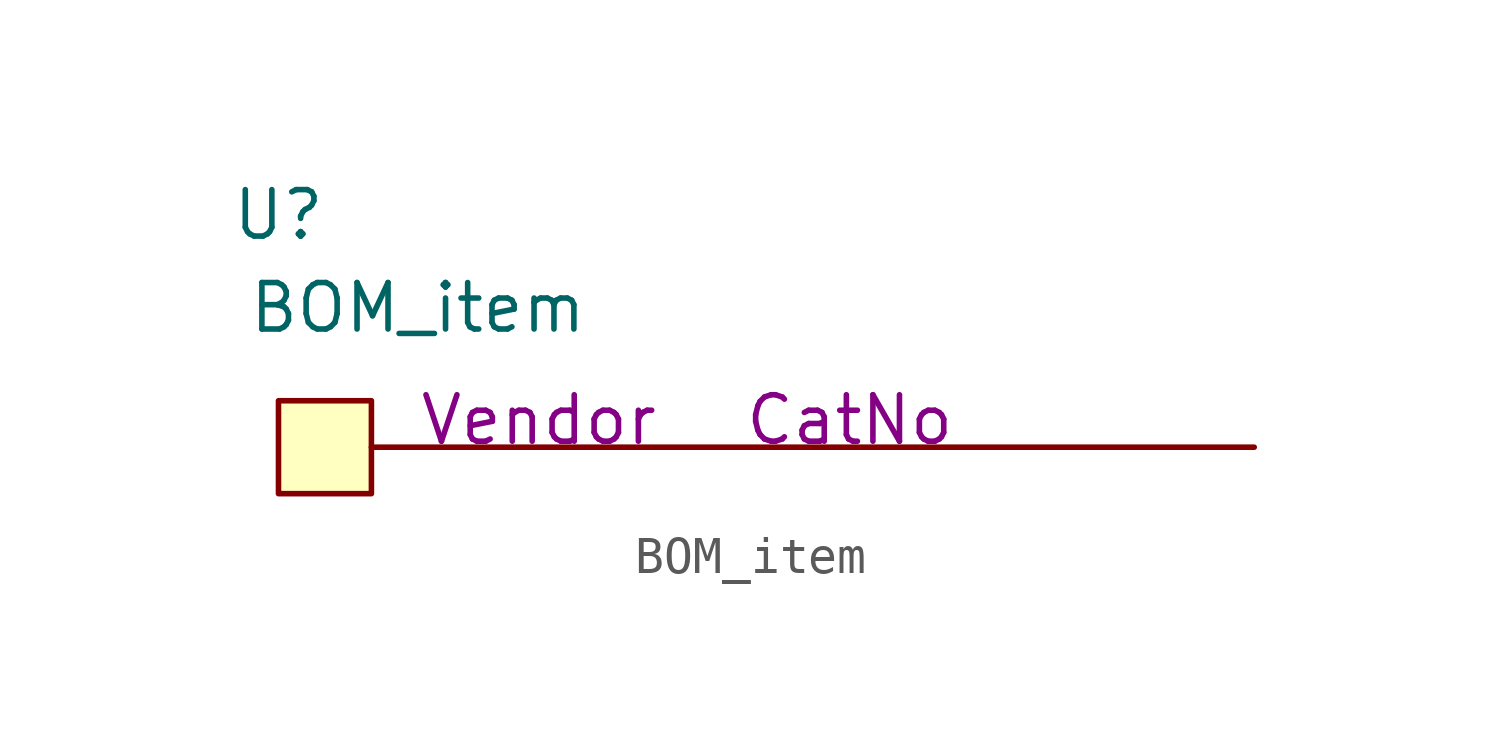
<source format=kicad_sym>
(kicad_symbol_lib
  (version 20211014)
  (generator kicad_symbol_editor)
  (symbol "BOM_item"
    (property "Reference" "U"
      (at -1.27 6.35 0)
      (effects (font (size 1.27 1.27))))
    (property "Value" "BOM_item"
      (at 2.54 3.81 0)
      (effects (font (size 1.27 1.27))))
    (property "CatNo" "CatNo"
      (at 11.43 0 0)
      (effects (font (size 1.27 1.27)) (justify left bottom)))
    (property "Vendor" "Vendor"
      (at 2.54 0 0)
      (effects (font (size 1.27 1.27)) (justify left bottom)))
    (symbol "BOM_item_0_1"
      (rectangle (start -1.27 1.27) (end 1.27 -1.27) (stroke (width 0) (type default) (color 0 0 0 0)) (fill (type background)))
      (polyline (pts (xy 1.27 0) (xy 25.4 0)) (stroke (width 0) (type default) (color 0 0 0 0)) (fill (type none))))))
</source>
